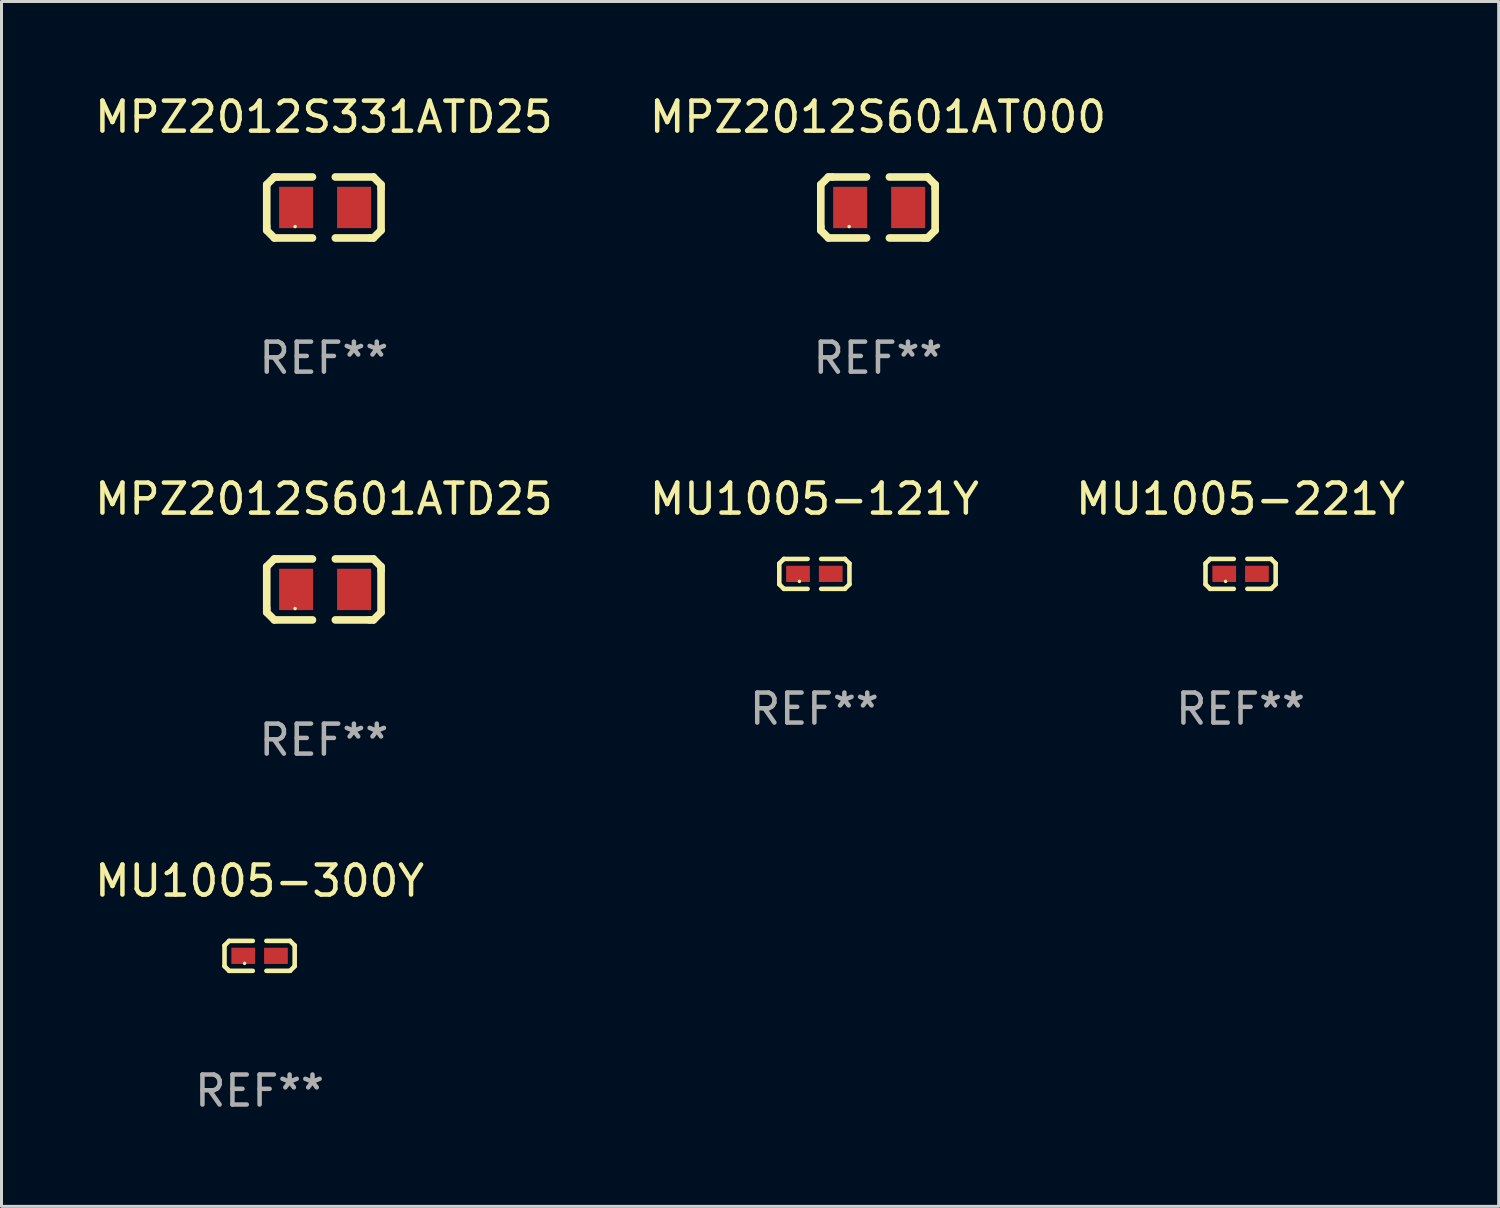
<source format=kicad_pcb>
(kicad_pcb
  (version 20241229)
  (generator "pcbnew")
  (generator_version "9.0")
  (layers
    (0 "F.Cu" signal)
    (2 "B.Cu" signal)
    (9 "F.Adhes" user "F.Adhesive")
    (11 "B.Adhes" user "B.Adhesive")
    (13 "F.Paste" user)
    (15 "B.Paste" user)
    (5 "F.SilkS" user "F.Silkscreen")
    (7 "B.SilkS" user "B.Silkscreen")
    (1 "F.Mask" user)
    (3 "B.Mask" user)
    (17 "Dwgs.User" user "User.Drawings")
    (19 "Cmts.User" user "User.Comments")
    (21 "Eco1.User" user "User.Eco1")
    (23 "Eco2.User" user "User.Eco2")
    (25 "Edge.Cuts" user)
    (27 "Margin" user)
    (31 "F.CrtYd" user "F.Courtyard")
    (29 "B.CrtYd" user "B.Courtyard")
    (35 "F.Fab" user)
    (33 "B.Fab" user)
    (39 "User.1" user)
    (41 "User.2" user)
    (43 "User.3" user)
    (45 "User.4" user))
  (footprint "MU1005-300Y"
    (layer "F.Cu")
    (at 5.601 28.804)
    (property "Reference" "MU1005-300Y" (at 0 -2.499 0) (layer "F.SilkS") (effects (font (size 1 1) (thickness 0.15))))
    (attr through_hole)
    (fp_line (start -1.169 -0.346) (end -1.016 -0.499) (stroke (width 0.152) (type solid)) (layer "F.SilkS"))
    (fp_line (start -1.169 0.346) (end -1.169 -0.346) (stroke (width 0.152) (type solid)) (layer "F.SilkS"))
    (fp_line (start -1.016 -0.499) (end -0.226 -0.499) (stroke (width 0.152) (type solid)) (layer "F.SilkS"))
    (fp_line (start -1.016 0.499) (end -1.169 0.346) (stroke (width 0.152) (type solid)) (layer "F.SilkS"))
    (fp_line (start -0.226 0.499) (end -1.016 0.499) (stroke (width 0.152) (type solid)) (layer "F.SilkS"))
    (fp_line (start 0.226 0.499) (end 1.016 0.499) (stroke (width 0.152) (type solid)) (layer "F.SilkS"))
    (fp_line (start 1.016 -0.499) (end 0.226 -0.499) (stroke (width 0.152) (type solid)) (layer "F.SilkS"))
    (fp_line (start 1.016 0.499) (end 1.169 0.346) (stroke (width 0.152) (type solid)) (layer "F.SilkS"))
    (fp_line (start 1.169 -0.346) (end 1.016 -0.499) (stroke (width 0.152) (type solid)) (layer "F.SilkS"))
    (fp_line (start 1.169 0.346) (end 1.169 -0.346) (stroke (width 0.152) (type solid)) (layer "F.SilkS"))
    (fp_circle (center -0.5 0.25) (end -0.47 0.25) (stroke (width 0.06) (type solid)) (fill no) (layer "F.SilkS"))
    (fp_text user "REF**" (at 0 4.499 0) (layer "F.Fab") (effects (font (size 1 1) (thickness 0.15))))
    (pad "1" smd rect (at -0.545 0) (size 0.79 0.54) (layers "F.Cu" "F.Mask" "F.Paste"))
    (pad "2" smd rect (at 0.545 0) (size 0.79 0.54) (layers "F.Cu" "F.Mask" "F.Paste")))
  (footprint "MPZ2012S601ATD25"
    (layer "F.Cu")
    (at 7.744 16.593)
    (property "Reference" "MPZ2012S601ATD25" (at 0 -3.016 0) (layer "F.SilkS") (effects (font (size 1 1) (thickness 0.15))))
    (attr through_hole)
    (fp_line (start -1.905 -0.762) (end -1.905 0.635) (stroke (width 0.254) (type solid)) (layer "F.SilkS"))
    (fp_line (start -1.905 0.635) (end -1.905 0.762) (stroke (width 0.254) (type solid)) (layer "F.SilkS"))
    (fp_line (start -1.905 0.762) (end -1.651 1.016) (stroke (width 0.254) (type solid)) (layer "F.SilkS"))
    (fp_line (start -1.651 -1.016) (end -1.905 -0.762) (stroke (width 0.254) (type solid)) (layer "F.SilkS"))
    (fp_line (start -1.651 1.016) (end -0.381 1.016) (stroke (width 0.254) (type solid)) (layer "F.SilkS"))
    (fp_line (start -1.524 -1.016) (end -1.651 -1.016) (stroke (width 0.254) (type solid)) (layer "F.SilkS"))
    (fp_line (start -0.381 -1.016) (end -1.524 -1.016) (stroke (width 0.254) (type solid)) (layer "F.SilkS"))
    (fp_line (start 0.381 1.016) (end 1.524 1.016) (stroke (width 0.254) (type solid)) (layer "F.SilkS"))
    (fp_line (start 1.524 1.016) (end 1.651 1.016) (stroke (width 0.254) (type solid)) (layer "F.SilkS"))
    (fp_line (start 1.651 -1.016) (end 0.381 -1.016) (stroke (width 0.254) (type solid)) (layer "F.SilkS"))
    (fp_line (start 1.651 1.016) (end 1.905 0.762) (stroke (width 0.254) (type solid)) (layer "F.SilkS"))
    (fp_line (start 1.905 -0.762) (end 1.651 -1.016) (stroke (width 0.254) (type solid)) (layer "F.SilkS"))
    (fp_line (start 1.905 -0.635) (end 1.905 -0.762) (stroke (width 0.254) (type solid)) (layer "F.SilkS"))
    (fp_line (start 1.905 0.762) (end 1.905 -0.635) (stroke (width 0.254) (type solid)) (layer "F.SilkS"))
    (fp_circle (center -0.96 0.637) (end -0.93 0.637) (stroke (width 0.06) (type solid)) (fill no) (layer "F.SilkS"))
    (fp_text user "REF**" (at 0 5.016 0) (layer "F.Fab") (effects (font (size 1 1) (thickness 0.15))))
    (pad "1" smd rect (at -0.926 -0.000051) (size 1.133 1.377) (layers "F.Cu" "F.Mask" "F.Paste"))
    (pad "2" smd rect (at 1.006 -0.000051) (size 1.133 1.377) (layers "F.Cu" "F.Mask" "F.Paste")))
  (footprint "MU1005-121Y"
    (layer "F.Cu")
    (at 24.089 16.075)
    (property "Reference" "MU1005-121Y" (at 0 -2.499 0) (layer "F.SilkS") (effects (font (size 1 1) (thickness 0.15))))
    (attr through_hole)
    (fp_line (start -1.169 -0.346) (end -1.016 -0.499) (stroke (width 0.152) (type solid)) (layer "F.SilkS"))
    (fp_line (start -1.169 0.346) (end -1.169 -0.346) (stroke (width 0.152) (type solid)) (layer "F.SilkS"))
    (fp_line (start -1.016 -0.499) (end -0.226 -0.499) (stroke (width 0.152) (type solid)) (layer "F.SilkS"))
    (fp_line (start -1.016 0.499) (end -1.169 0.346) (stroke (width 0.152) (type solid)) (layer "F.SilkS"))
    (fp_line (start -0.226 0.499) (end -1.016 0.499) (stroke (width 0.152) (type solid)) (layer "F.SilkS"))
    (fp_line (start 0.226 0.499) (end 1.016 0.499) (stroke (width 0.152) (type solid)) (layer "F.SilkS"))
    (fp_line (start 1.016 -0.499) (end 0.226 -0.499) (stroke (width 0.152) (type solid)) (layer "F.SilkS"))
    (fp_line (start 1.016 0.499) (end 1.169 0.346) (stroke (width 0.152) (type solid)) (layer "F.SilkS"))
    (fp_line (start 1.169 -0.346) (end 1.016 -0.499) (stroke (width 0.152) (type solid)) (layer "F.SilkS"))
    (fp_line (start 1.169 0.346) (end 1.169 -0.346) (stroke (width 0.152) (type solid)) (layer "F.SilkS"))
    (fp_circle (center -0.5 0.25) (end -0.47 0.25) (stroke (width 0.06) (type solid)) (fill no) (layer "F.SilkS"))
    (fp_text user "REF**" (at 0 4.499 0) (layer "F.Fab") (effects (font (size 1 1) (thickness 0.15))))
    (pad "1" smd rect (at -0.545 0) (size 0.79 0.54) (layers "F.Cu" "F.Mask" "F.Paste"))
    (pad "2" smd rect (at 0.545 0) (size 0.79 0.54) (layers "F.Cu" "F.Mask" "F.Paste")))
  (footprint "MU1005-221Y"
    (layer "F.Cu")
    (at 38.292 16.075)
    (property "Reference" "MU1005-221Y" (at 0 -2.499 0) (layer "F.SilkS") (effects (font (size 1 1) (thickness 0.15))))
    (attr through_hole)
    (fp_line (start -1.169 -0.346) (end -1.016 -0.499) (stroke (width 0.152) (type solid)) (layer "F.SilkS"))
    (fp_line (start -1.169 0.346) (end -1.169 -0.346) (stroke (width 0.152) (type solid)) (layer "F.SilkS"))
    (fp_line (start -1.016 -0.499) (end -0.226 -0.499) (stroke (width 0.152) (type solid)) (layer "F.SilkS"))
    (fp_line (start -1.016 0.499) (end -1.169 0.346) (stroke (width 0.152) (type solid)) (layer "F.SilkS"))
    (fp_line (start -0.226 0.499) (end -1.016 0.499) (stroke (width 0.152) (type solid)) (layer "F.SilkS"))
    (fp_line (start 0.226 0.499) (end 1.016 0.499) (stroke (width 0.152) (type solid)) (layer "F.SilkS"))
    (fp_line (start 1.016 -0.499) (end 0.226 -0.499) (stroke (width 0.152) (type solid)) (layer "F.SilkS"))
    (fp_line (start 1.016 0.499) (end 1.169 0.346) (stroke (width 0.152) (type solid)) (layer "F.SilkS"))
    (fp_line (start 1.169 -0.346) (end 1.016 -0.499) (stroke (width 0.152) (type solid)) (layer "F.SilkS"))
    (fp_line (start 1.169 0.346) (end 1.169 -0.346) (stroke (width 0.152) (type solid)) (layer "F.SilkS"))
    (fp_circle (center -0.5 0.25) (end -0.47 0.25) (stroke (width 0.06) (type solid)) (fill no) (layer "F.SilkS"))
    (fp_text user "REF**" (at 0 4.499 0) (layer "F.Fab") (effects (font (size 1 1) (thickness 0.15))))
    (pad "1" smd rect (at -0.545 0) (size 0.79 0.54) (layers "F.Cu" "F.Mask" "F.Paste"))
    (pad "2" smd rect (at 0.545 0) (size 0.79 0.54) (layers "F.Cu" "F.Mask" "F.Paste")))
  (footprint "MPZ2012S331ATD25"
    (layer "F.Cu")
    (at 7.744 3.864)
    (property "Reference" "MPZ2012S331ATD25" (at 0 -3.016 0) (layer "F.SilkS") (effects (font (size 1 1) (thickness 0.15))))
    (attr through_hole)
    (fp_line (start -1.905 -0.762) (end -1.905 0.635) (stroke (width 0.254) (type solid)) (layer "F.SilkS"))
    (fp_line (start -1.905 0.635) (end -1.905 0.762) (stroke (width 0.254) (type solid)) (layer "F.SilkS"))
    (fp_line (start -1.905 0.762) (end -1.651 1.016) (stroke (width 0.254) (type solid)) (layer "F.SilkS"))
    (fp_line (start -1.651 -1.016) (end -1.905 -0.762) (stroke (width 0.254) (type solid)) (layer "F.SilkS"))
    (fp_line (start -1.651 1.016) (end -0.381 1.016) (stroke (width 0.254) (type solid)) (layer "F.SilkS"))
    (fp_line (start -1.524 -1.016) (end -1.651 -1.016) (stroke (width 0.254) (type solid)) (layer "F.SilkS"))
    (fp_line (start -0.381 -1.016) (end -1.524 -1.016) (stroke (width 0.254) (type solid)) (layer "F.SilkS"))
    (fp_line (start 0.381 1.016) (end 1.524 1.016) (stroke (width 0.254) (type solid)) (layer "F.SilkS"))
    (fp_line (start 1.524 1.016) (end 1.651 1.016) (stroke (width 0.254) (type solid)) (layer "F.SilkS"))
    (fp_line (start 1.651 -1.016) (end 0.381 -1.016) (stroke (width 0.254) (type solid)) (layer "F.SilkS"))
    (fp_line (start 1.651 1.016) (end 1.905 0.762) (stroke (width 0.254) (type solid)) (layer "F.SilkS"))
    (fp_line (start 1.905 -0.762) (end 1.651 -1.016) (stroke (width 0.254) (type solid)) (layer "F.SilkS"))
    (fp_line (start 1.905 -0.635) (end 1.905 -0.762) (stroke (width 0.254) (type solid)) (layer "F.SilkS"))
    (fp_line (start 1.905 0.762) (end 1.905 -0.635) (stroke (width 0.254) (type solid)) (layer "F.SilkS"))
    (fp_circle (center -0.96 0.637) (end -0.93 0.637) (stroke (width 0.06) (type solid)) (fill no) (layer "F.SilkS"))
    (fp_text user "REF**" (at 0 5.016 0) (layer "F.Fab") (effects (font (size 1 1) (thickness 0.15))))
    (pad "1" smd rect (at -0.926 -0.000051) (size 1.133 1.377) (layers "F.Cu" "F.Mask" "F.Paste"))
    (pad "2" smd rect (at 1.006 -0.000051) (size 1.133 1.377) (layers "F.Cu" "F.Mask" "F.Paste")))
  (footprint "MPZ2012S601AT000"
    (layer "F.Cu")
    (at 26.208 3.864)
    (property "Reference" "MPZ2012S601AT000" (at 0 -3.016 0) (layer "F.SilkS") (effects (font (size 1 1) (thickness 0.15))))
    (attr through_hole)
    (fp_line (start -1.905 -0.762) (end -1.905 0.635) (stroke (width 0.254) (type solid)) (layer "F.SilkS"))
    (fp_line (start -1.905 0.635) (end -1.905 0.762) (stroke (width 0.254) (type solid)) (layer "F.SilkS"))
    (fp_line (start -1.905 0.762) (end -1.651 1.016) (stroke (width 0.254) (type solid)) (layer "F.SilkS"))
    (fp_line (start -1.651 -1.016) (end -1.905 -0.762) (stroke (width 0.254) (type solid)) (layer "F.SilkS"))
    (fp_line (start -1.651 1.016) (end -0.381 1.016) (stroke (width 0.254) (type solid)) (layer "F.SilkS"))
    (fp_line (start -1.524 -1.016) (end -1.651 -1.016) (stroke (width 0.254) (type solid)) (layer "F.SilkS"))
    (fp_line (start -0.381 -1.016) (end -1.524 -1.016) (stroke (width 0.254) (type solid)) (layer "F.SilkS"))
    (fp_line (start 0.381 1.016) (end 1.524 1.016) (stroke (width 0.254) (type solid)) (layer "F.SilkS"))
    (fp_line (start 1.524 1.016) (end 1.651 1.016) (stroke (width 0.254) (type solid)) (layer "F.SilkS"))
    (fp_line (start 1.651 -1.016) (end 0.381 -1.016) (stroke (width 0.254) (type solid)) (layer "F.SilkS"))
    (fp_line (start 1.651 1.016) (end 1.905 0.762) (stroke (width 0.254) (type solid)) (layer "F.SilkS"))
    (fp_line (start 1.905 -0.762) (end 1.651 -1.016) (stroke (width 0.254) (type solid)) (layer "F.SilkS"))
    (fp_line (start 1.905 -0.635) (end 1.905 -0.762) (stroke (width 0.254) (type solid)) (layer "F.SilkS"))
    (fp_line (start 1.905 0.762) (end 1.905 -0.635) (stroke (width 0.254) (type solid)) (layer "F.SilkS"))
    (fp_circle (center -0.96 0.637) (end -0.93 0.637) (stroke (width 0.06) (type solid)) (fill no) (layer "F.SilkS"))
    (fp_text user "REF**" (at 0 5.016 0) (layer "F.Fab") (effects (font (size 1 1) (thickness 0.15))))
    (pad "1" smd rect (at -0.926 -0.000051) (size 1.133 1.377) (layers "F.Cu" "F.Mask" "F.Paste"))
    (pad "2" smd rect (at 1.006 -0.000051) (size 1.133 1.377) (layers "F.Cu" "F.Mask" "F.Paste")))
  (gr_rect
    (start -3 -3)
    (end 46.893 37.151)
    (stroke (width 0.1) (type default))
    (fill no)
    (layer "Edge.Cuts")))
</source>
